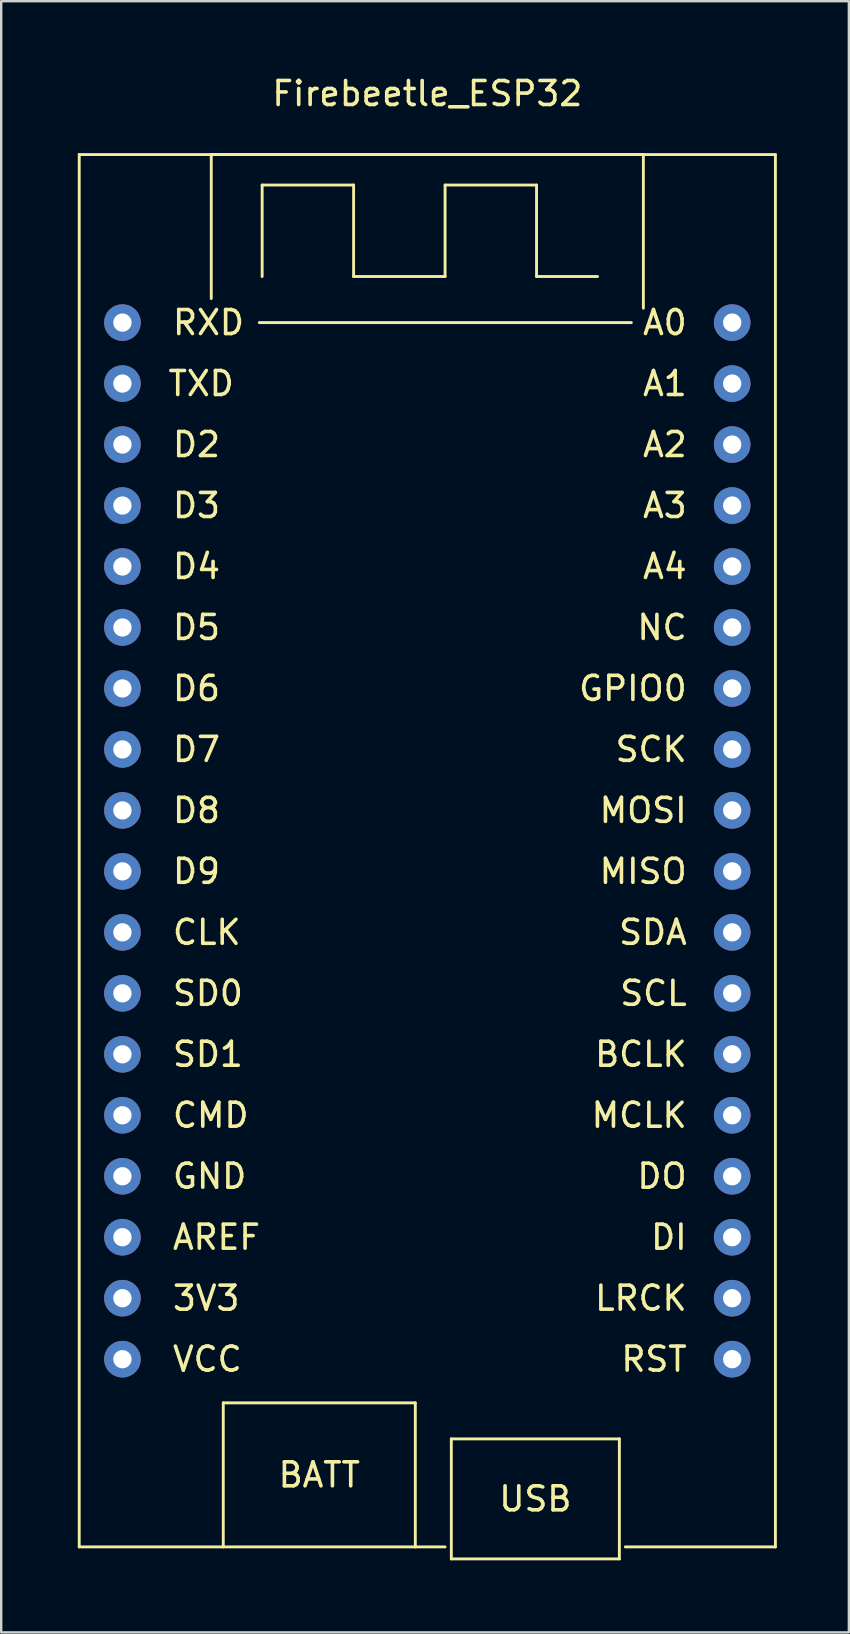
<source format=kicad_pcb>
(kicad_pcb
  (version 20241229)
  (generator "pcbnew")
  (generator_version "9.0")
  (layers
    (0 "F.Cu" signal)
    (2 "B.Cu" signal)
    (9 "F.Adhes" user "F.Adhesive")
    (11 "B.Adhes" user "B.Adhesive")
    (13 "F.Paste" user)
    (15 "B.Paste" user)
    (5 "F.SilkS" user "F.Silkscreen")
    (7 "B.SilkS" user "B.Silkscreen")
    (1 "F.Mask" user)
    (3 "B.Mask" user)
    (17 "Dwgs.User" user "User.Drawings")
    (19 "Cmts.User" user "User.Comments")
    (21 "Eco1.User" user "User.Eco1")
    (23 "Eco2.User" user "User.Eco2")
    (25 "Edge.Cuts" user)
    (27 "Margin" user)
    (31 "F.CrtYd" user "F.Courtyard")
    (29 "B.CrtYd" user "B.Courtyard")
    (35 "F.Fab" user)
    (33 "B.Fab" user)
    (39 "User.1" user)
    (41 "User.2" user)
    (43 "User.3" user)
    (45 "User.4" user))
  (footprint "Firebeetle_ESP32"
    (layer "F.Cu")
    (at 0.25 3.388)
    (property "Reference" "Firebeetle_ESP32" (at 14.5 -2.54 0) (layer "F.SilkS") (effects (font (size 1 1) (thickness 0.15))))
    (attr through_hole)
    (fp_line (start 0 0) (end 29 0) (stroke (width 0.12) (type solid)) (layer "F.SilkS"))
    (fp_line (start 0 58) (end 0 0) (stroke (width 0.12) (type solid)) (layer "F.SilkS"))
    (fp_line (start 5.5 0) (end 23.5 0) (stroke (width 0.12) (type solid)) (layer "F.SilkS"))
    (fp_line (start 5.5 6) (end 5.5 0) (stroke (width 0.12) (type solid)) (layer "F.SilkS"))
    (fp_line (start 6 52) (end 6 58) (stroke (width 0.12) (type solid)) (layer "F.SilkS"))
    (fp_line (start 6 52) (end 14 52) (stroke (width 0.12) (type solid)) (layer "F.SilkS"))
    (fp_line (start 7.5 7) (end 23 7) (stroke (width 0.12) (type solid)) (layer "F.SilkS"))
    (fp_line (start 7.62 1.27) (end 11.43 1.27) (stroke (width 0.12) (type solid)) (layer "F.SilkS"))
    (fp_line (start 7.62 5.08) (end 7.62 1.27) (stroke (width 0.12) (type solid)) (layer "F.SilkS"))
    (fp_line (start 11.43 1.27) (end 11.43 5.08) (stroke (width 0.12) (type solid)) (layer "F.SilkS"))
    (fp_line (start 11.43 5.08) (end 15.24 5.08) (stroke (width 0.12) (type solid)) (layer "F.SilkS"))
    (fp_line (start 14 52) (end 14 58) (stroke (width 0.12) (type solid)) (layer "F.SilkS"))
    (fp_line (start 15.24 1.27) (end 19.05 1.27) (stroke (width 0.12) (type solid)) (layer "F.SilkS"))
    (fp_line (start 15.24 5.08) (end 15.24 1.27) (stroke (width 0.12) (type solid)) (layer "F.SilkS"))
    (fp_line (start 15.24 58) (end 0 58) (stroke (width 0.12) (type solid)) (layer "F.SilkS"))
    (fp_line (start 15.5 53.5) (end 15.5 58.5) (stroke (width 0.12) (type solid)) (layer "F.SilkS"))
    (fp_line (start 15.5 53.5) (end 22.5 53.5) (stroke (width 0.12) (type solid)) (layer "F.SilkS"))
    (fp_line (start 15.5 58.5) (end 22.5 58.5) (stroke (width 0.12) (type solid)) (layer "F.SilkS"))
    (fp_line (start 19.05 1.27) (end 19.05 5.08) (stroke (width 0.12) (type solid)) (layer "F.SilkS"))
    (fp_line (start 19.05 5.08) (end 21.59 5.08) (stroke (width 0.12) (type solid)) (layer "F.SilkS"))
    (fp_line (start 22.5 53.5) (end 22.5 58.5) (stroke (width 0.12) (type solid)) (layer "F.SilkS"))
    (fp_line (start 23.5 6.4) (end 23.5 0) (stroke (width 0.12) (type solid)) (layer "F.SilkS"))
    (fp_line (start 29 0) (end 29 58) (stroke (width 0.12) (type solid)) (layer "F.SilkS"))
    (fp_line (start 29 58) (end 22.75 58) (stroke (width 0.12) (type solid)) (layer "F.SilkS"))
    (fp_text user "A3" (at 25.4 14.62 0) (layer "F.SilkS") (effects (font (size 1 1) (thickness 0.15)) (justify right)))
    (fp_text user "BATT" (at 10 55 0) (layer "F.SilkS") (effects (font (size 1 1) (thickness 0.15))))
    (fp_text user "MOSI" (at 25.4 27.32 0) (layer "F.SilkS") (effects (font (size 1 1) (thickness 0.15)) (justify right)))
    (fp_text user "NC" (at 25.4 19.7 0) (layer "F.SilkS") (effects (font (size 1 1) (thickness 0.15)) (justify right)))
    (fp_text user "MCLK" (at 25.4 40.02 0) (layer "F.SilkS") (effects (font (size 1 1) (thickness 0.15)) (justify right)))
    (fp_text user "D2" (at 3.81 12.08 0) (layer "F.SilkS") (effects (font (size 1 1) (thickness 0.15)) (justify left)))
    (fp_text user "A1" (at 25.4 9.54 0) (layer "F.SilkS") (effects (font (size 1 1) (thickness 0.15)) (justify right)))
    (fp_text user "RST" (at 25.4 50.18 0) (layer "F.SilkS") (effects (font (size 1 1) (thickness 0.15)) (justify right)))
    (fp_text user "BCLK" (at 25.4 37.48 0) (layer "F.SilkS") (effects (font (size 1 1) (thickness 0.15)) (justify right)))
    (fp_text user "SDA" (at 25.4 32.4 0) (layer "F.SilkS") (effects (font (size 1 1) (thickness 0.15)) (justify right)))
    (fp_text user "RXD" (at 3.81 7 0) (layer "F.SilkS") (effects (font (size 1 1) (thickness 0.15)) (justify left)))
    (fp_text user "SCK" (at 25.4 24.78 0) (layer "F.SilkS") (effects (font (size 1 1) (thickness 0.15)) (justify right)))
    (fp_text user "A0" (at 25.4 7 0) (layer "F.SilkS") (effects (font (size 1 1) (thickness 0.15)) (justify right)))
    (fp_text user "A4" (at 25.4 17.16 0) (layer "F.SilkS") (effects (font (size 1 1) (thickness 0.15)) (justify right)))
    (fp_text user "SCL" (at 25.4 34.94 0) (layer "F.SilkS") (effects (font (size 1 1) (thickness 0.15)) (justify right)))
    (fp_text user "D4" (at 3.81 17.16 0) (layer "F.SilkS") (effects (font (size 1 1) (thickness 0.15)) (justify left)))
    (fp_text user "D3" (at 3.81 14.62 0) (layer "F.SilkS") (effects (font (size 1 1) (thickness 0.15)) (justify left)))
    (fp_text user "CMD" (at 3.81 40.02 0) (layer "F.SilkS") (effects (font (size 1 1) (thickness 0.15)) (justify left)))
    (fp_text user "A2" (at 25.4 12.08 0) (layer "F.SilkS") (effects (font (size 1 1) (thickness 0.15)) (justify right)))
    (fp_text user "AREF" (at 3.81 45.1 0) (layer "F.SilkS") (effects (font (size 1 1) (thickness 0.15)) (justify left)))
    (fp_text user "SD0" (at 3.81 34.94 0) (layer "F.SilkS") (effects (font (size 1 1) (thickness 0.15)) (justify left)))
    (fp_text user "GPIO0" (at 25.4 22.24 0) (layer "F.SilkS") (effects (font (size 1 1) (thickness 0.15)) (justify right)))
    (fp_text user "D9" (at 3.81 29.86 0) (layer "F.SilkS") (effects (font (size 1 1) (thickness 0.15)) (justify left)))
    (fp_text user "MISO" (at 25.4 29.86 0) (layer "F.SilkS") (effects (font (size 1 1) (thickness 0.15)) (justify right)))
    (fp_text user "VCC" (at 3.81 50.18 0) (layer "F.SilkS") (effects (font (size 1 1) (thickness 0.15)) (justify left)))
    (fp_text user "DO" (at 25.4 42.56 0) (layer "F.SilkS") (effects (font (size 1 1) (thickness 0.15)) (justify right)))
    (fp_text user "SD1" (at 3.81 37.48 0) (layer "F.SilkS") (effects (font (size 1 1) (thickness 0.15)) (justify left)))
    (fp_text user "3V3" (at 3.81 47.64 0) (layer "F.SilkS") (effects (font (size 1 1) (thickness 0.15)) (justify left)))
    (fp_text user "CLK" (at 3.81 32.4 0) (layer "F.SilkS") (effects (font (size 1 1) (thickness 0.15)) (justify left)))
    (fp_text user "DI" (at 25.4 45.1 0) (layer "F.SilkS") (effects (font (size 1 1) (thickness 0.15)) (justify right)))
    (fp_text user "D8" (at 3.81 27.32 0) (layer "F.SilkS") (effects (font (size 1 1) (thickness 0.15)) (justify left)))
    (fp_text user "D5" (at 3.81 19.7 0) (layer "F.SilkS") (effects (font (size 1 1) (thickness 0.15)) (justify left)))
    (fp_text user "D6" (at 3.81 22.24 0) (layer "F.SilkS") (effects (font (size 1 1) (thickness 0.15)) (justify left)))
    (fp_text user "D7" (at 3.81 24.78 0) (layer "F.SilkS") (effects (font (size 1 1) (thickness 0.15)) (justify left)))
    (fp_text user "LRCK" (at 25.4 47.64 0) (layer "F.SilkS") (effects (font (size 1 1) (thickness 0.15)) (justify right)))
    (fp_text user "GND" (at 3.81 42.56 0) (layer "F.SilkS") (effects (font (size 1 1) (thickness 0.15)) (justify left)))
    (fp_text user "TXD" (at 5.08 9.54 0) (layer "F.SilkS") (effects (font (size 1 1) (thickness 0.15))))
    (fp_text user "USB" (at 19 56 0) (layer "F.SilkS") (effects (font (size 1 1) (thickness 0.15))))
    (pad "1" thru_hole circle (at 1.8 7) (size 1.524 1.524) (drill 0.762) (layers "*.Cu" "*.Mask"))
    (pad "2" thru_hole circle (at 1.8 9.54) (size 1.524 1.524) (drill 0.762) (layers "*.Cu" "*.Mask"))
    (pad "3" thru_hole circle (at 1.8 12.08) (size 1.524 1.524) (drill 0.762) (layers "*.Cu" "*.Mask"))
    (pad "4" thru_hole circle (at 1.8 14.62) (size 1.524 1.524) (drill 0.762) (layers "*.Cu" "*.Mask"))
    (pad "5" thru_hole circle (at 1.8 17.16) (size 1.524 1.524) (drill 0.762) (layers "*.Cu" "*.Mask"))
    (pad "6" thru_hole circle (at 1.8 19.7) (size 1.524 1.524) (drill 0.762) (layers "*.Cu" "*.Mask"))
    (pad "7" thru_hole circle (at 1.8 22.24) (size 1.524 1.524) (drill 0.762) (layers "*.Cu" "*.Mask"))
    (pad "8" thru_hole circle (at 1.8 24.78) (size 1.524 1.524) (drill 0.762) (layers "*.Cu" "*.Mask"))
    (pad "9" thru_hole circle (at 1.8 27.32) (size 1.524 1.524) (drill 0.762) (layers "*.Cu" "*.Mask"))
    (pad "10" thru_hole circle (at 1.8 29.86) (size 1.524 1.524) (drill 0.762) (layers "*.Cu" "*.Mask"))
    (pad "11" thru_hole circle (at 1.8 32.4) (size 1.524 1.524) (drill 0.762) (layers "*.Cu" "*.Mask"))
    (pad "12" thru_hole circle (at 1.8 34.94) (size 1.524 1.524) (drill 0.762) (layers "*.Cu" "*.Mask"))
    (pad "13" thru_hole circle (at 1.8 37.48) (size 1.524 1.524) (drill 0.762) (layers "*.Cu" "*.Mask"))
    (pad "14" thru_hole circle (at 1.8 40.02) (size 1.524 1.524) (drill 0.762) (layers "*.Cu" "*.Mask"))
    (pad "15" thru_hole circle (at 1.8 42.56) (size 1.524 1.524) (drill 0.762) (layers "*.Cu" "*.Mask"))
    (pad "16" thru_hole circle (at 1.8 45.1) (size 1.524 1.524) (drill 0.762) (layers "*.Cu" "*.Mask"))
    (pad "17" thru_hole circle (at 1.8 47.64) (size 1.524 1.524) (drill 0.762) (layers "*.Cu" "*.Mask"))
    (pad "18" thru_hole circle (at 1.8 50.18) (size 1.524 1.524) (drill 0.762) (layers "*.Cu" "*.Mask"))
    (pad "19" thru_hole circle (at 27.2 50.18) (size 1.524 1.524) (drill 0.762) (layers "*.Cu" "*.Mask"))
    (pad "20" thru_hole circle (at 27.2 47.64) (size 1.524 1.524) (drill 0.762) (layers "*.Cu" "*.Mask"))
    (pad "21" thru_hole circle (at 27.2 45.1) (size 1.524 1.524) (drill 0.762) (layers "*.Cu" "*.Mask"))
    (pad "22" thru_hole circle (at 27.2 42.56) (size 1.524 1.524) (drill 0.762) (layers "*.Cu" "*.Mask"))
    (pad "23" thru_hole circle (at 27.2 40.02) (size 1.524 1.524) (drill 0.762) (layers "*.Cu" "*.Mask"))
    (pad "24" thru_hole circle (at 27.2 37.48) (size 1.524 1.524) (drill 0.762) (layers "*.Cu" "*.Mask"))
    (pad "25" thru_hole circle (at 27.2 34.94) (size 1.524 1.524) (drill 0.762) (layers "*.Cu" "*.Mask"))
    (pad "26" thru_hole circle (at 27.2 32.4) (size 1.524 1.524) (drill 0.762) (layers "*.Cu" "*.Mask"))
    (pad "27" thru_hole circle (at 27.2 29.86) (size 1.524 1.524) (drill 0.762) (layers "*.Cu" "*.Mask"))
    (pad "28" thru_hole circle (at 27.2 27.32) (size 1.524 1.524) (drill 0.762) (layers "*.Cu" "*.Mask"))
    (pad "29" thru_hole circle (at 27.2 24.78) (size 1.524 1.524) (drill 0.762) (layers "*.Cu" "*.Mask"))
    (pad "30" thru_hole circle (at 27.2 22.24) (size 1.524 1.524) (drill 0.762) (layers "*.Cu" "*.Mask"))
    (pad "31" thru_hole circle (at 27.2 19.7) (size 1.524 1.524) (drill 0.762) (layers "*.Cu" "*.Mask"))
    (pad "32" thru_hole circle (at 27.2 17.16) (size 1.524 1.524) (drill 0.762) (layers "*.Cu" "*.Mask"))
    (pad "33" thru_hole circle (at 27.2 14.62) (size 1.524 1.524) (drill 0.762) (layers "*.Cu" "*.Mask"))
    (pad "34" thru_hole circle (at 27.2 12.08) (size 1.524 1.524) (drill 0.762) (layers "*.Cu" "*.Mask"))
    (pad "35" thru_hole circle (at 27.2 9.54) (size 1.524 1.524) (drill 0.762) (layers "*.Cu" "*.Mask"))
    (pad "36" thru_hole circle (at 27.2 7) (size 1.524 1.524) (drill 0.762) (layers "*.Cu" "*.Mask")))
  (gr_rect
    (start -3 -3)
    (end 32.31 64.948)
    (stroke (width 0.1) (type default))
    (fill no)
    (layer "Edge.Cuts")))
</source>
